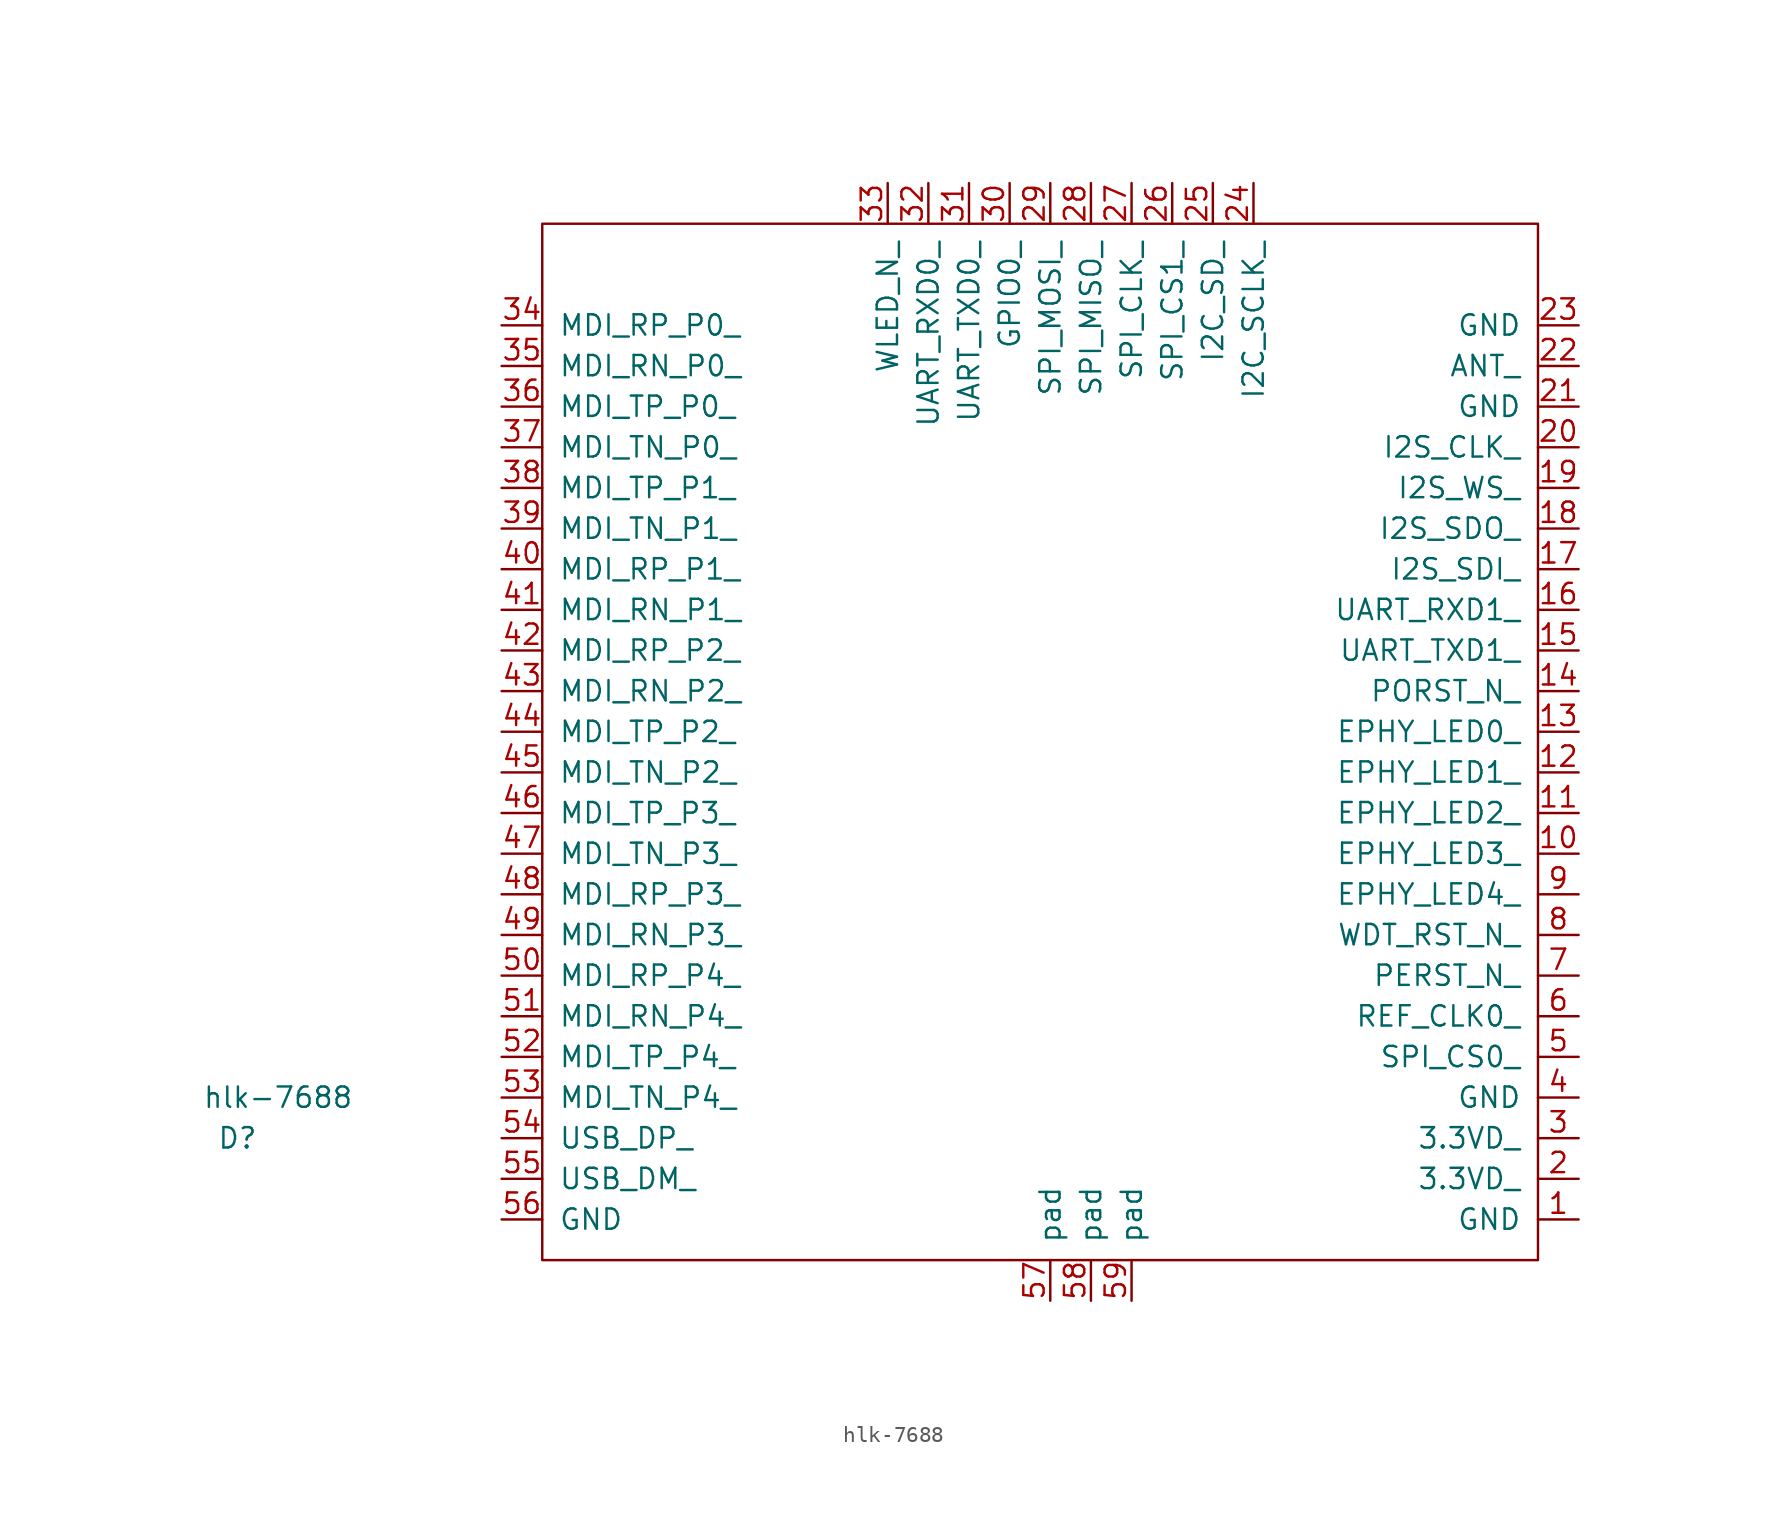
<source format=kicad_sym>
(kicad_symbol_lib
  (version 20211014)
  (generator kicad_symbol_editor)
  (symbol "hlk-7688"
    (pin_names
      (offset 1.016))
    (property "Reference" "D"
      (at -19.05 7.62 0)
      (effects (font (size 1.27 1.27))))
    (property "Value" "hlk-7688"
      (at -16.51 10.16 0)
      (effects (font (size 1.27 1.27))))
    (symbol "hlk-7688_0_1"
      (rectangle (start 0 0) (end 62.23 64.77) (stroke (width 0) (type default) (color 0 0 0 0)) (fill (type none))))
    (symbol "hlk-7688_1_1"
      (pin input line (at 64.77 2.54 180) (length 2.54) (name "GND" (effects (font (size 1.27 1.27)))) (number "1" (effects (font (size 1.27 1.27)))))
      (pin input line (at 64.77 25.4 180) (length 2.54) (name "EPHY_LED3_" (effects (font (size 1.27 1.27)))) (number "10" (effects (font (size 1.27 1.27)))))
      (pin input line (at 64.77 27.94 180) (length 2.54) (name "EPHY_LED2_" (effects (font (size 1.27 1.27)))) (number "11" (effects (font (size 1.27 1.27)))))
      (pin input line (at 64.77 30.48 180) (length 2.54) (name "EPHY_LED1_" (effects (font (size 1.27 1.27)))) (number "12" (effects (font (size 1.27 1.27)))))
      (pin input line (at 64.77 33.02 180) (length 2.54) (name "EPHY_LED0_" (effects (font (size 1.27 1.27)))) (number "13" (effects (font (size 1.27 1.27)))))
      (pin input line (at 64.77 35.56 180) (length 2.54) (name "PORST_N_" (effects (font (size 1.27 1.27)))) (number "14" (effects (font (size 1.27 1.27)))))
      (pin input line (at 64.77 38.1 180) (length 2.54) (name "UART_TXD1_" (effects (font (size 1.27 1.27)))) (number "15" (effects (font (size 1.27 1.27)))))
      (pin input line (at 64.77 40.64 180) (length 2.54) (name "UART_RXD1_" (effects (font (size 1.27 1.27)))) (number "16" (effects (font (size 1.27 1.27)))))
      (pin input line (at 64.77 43.18 180) (length 2.54) (name "I2S_SDI_" (effects (font (size 1.27 1.27)))) (number "17" (effects (font (size 1.27 1.27)))))
      (pin input line (at 64.77 45.72 180) (length 2.54) (name "I2S_SDO_" (effects (font (size 1.27 1.27)))) (number "18" (effects (font (size 1.27 1.27)))))
      (pin input line (at 64.77 48.26 180) (length 2.54) (name "I2S_WS_" (effects (font (size 1.27 1.27)))) (number "19" (effects (font (size 1.27 1.27)))))
      (pin input line (at 64.77 5.08 180) (length 2.54) (name "3.3VD_" (effects (font (size 1.27 1.27)))) (number "2" (effects (font (size 1.27 1.27)))))
      (pin input line (at 64.77 50.8 180) (length 2.54) (name "I2S_CLK_" (effects (font (size 1.27 1.27)))) (number "20" (effects (font (size 1.27 1.27)))))
      (pin input line (at 64.77 53.34 180) (length 2.54) (name "GND" (effects (font (size 1.27 1.27)))) (number "21" (effects (font (size 1.27 1.27)))))
      (pin input line (at 64.77 55.88 180) (length 2.54) (name "ANT_" (effects (font (size 1.27 1.27)))) (number "22" (effects (font (size 1.27 1.27)))))
      (pin input line (at 64.77 58.42 180) (length 2.54) (name "GND" (effects (font (size 1.27 1.27)))) (number "23" (effects (font (size 1.27 1.27)))))
      (pin input line (at 44.45 67.31 270) (length 2.54) (name "I2C_SCLK_" (effects (font (size 1.27 1.27)))) (number "24" (effects (font (size 1.27 1.27)))))
      (pin input line (at 41.91 67.31 270) (length 2.54) (name "I2C_SD_" (effects (font (size 1.27 1.27)))) (number "25" (effects (font (size 1.27 1.27)))))
      (pin input line (at 39.37 67.31 270) (length 2.54) (name "SPI_CS1_" (effects (font (size 1.27 1.27)))) (number "26" (effects (font (size 1.27 1.27)))))
      (pin input line (at 36.83 67.31 270) (length 2.54) (name "SPI_CLK_" (effects (font (size 1.27 1.27)))) (number "27" (effects (font (size 1.27 1.27)))))
      (pin input line (at 34.29 67.31 270) (length 2.54) (name "SPI_MISO_" (effects (font (size 1.27 1.27)))) (number "28" (effects (font (size 1.27 1.27)))))
      (pin input line (at 31.75 67.31 270) (length 2.54) (name "SPI_MOSI_" (effects (font (size 1.27 1.27)))) (number "29" (effects (font (size 1.27 1.27)))))
      (pin input line (at 64.77 7.62 180) (length 2.54) (name "3.3VD_" (effects (font (size 1.27 1.27)))) (number "3" (effects (font (size 1.27 1.27)))))
      (pin input line (at 29.21 67.31 270) (length 2.54) (name "GPIO0_" (effects (font (size 1.27 1.27)))) (number "30" (effects (font (size 1.27 1.27)))))
      (pin input line (at 26.67 67.31 270) (length 2.54) (name "UART_TXD0_" (effects (font (size 1.27 1.27)))) (number "31" (effects (font (size 1.27 1.27)))))
      (pin input line (at 24.13 67.31 270) (length 2.54) (name "UART_RXD0_" (effects (font (size 1.27 1.27)))) (number "32" (effects (font (size 1.27 1.27)))))
      (pin input line (at 21.59 67.31 270) (length 2.54) (name "WLED_N_" (effects (font (size 1.27 1.27)))) (number "33" (effects (font (size 1.27 1.27)))))
      (pin input line (at -2.54 58.42 0) (length 2.54) (name "MDI_RP_P0_" (effects (font (size 1.27 1.27)))) (number "34" (effects (font (size 1.27 1.27)))))
      (pin input line (at -2.54 55.88 0) (length 2.54) (name "MDI_RN_P0_" (effects (font (size 1.27 1.27)))) (number "35" (effects (font (size 1.27 1.27)))))
      (pin input line (at -2.54 53.34 0) (length 2.54) (name "MDI_TP_P0_" (effects (font (size 1.27 1.27)))) (number "36" (effects (font (size 1.27 1.27)))))
      (pin input line (at -2.54 50.8 0) (length 2.54) (name "MDI_TN_P0_" (effects (font (size 1.27 1.27)))) (number "37" (effects (font (size 1.27 1.27)))))
      (pin input line (at -2.54 48.26 0) (length 2.54) (name "MDI_TP_P1_" (effects (font (size 1.27 1.27)))) (number "38" (effects (font (size 1.27 1.27)))))
      (pin input line (at -2.54 45.72 0) (length 2.54) (name "MDI_TN_P1_" (effects (font (size 1.27 1.27)))) (number "39" (effects (font (size 1.27 1.27)))))
      (pin input line (at 64.77 10.16 180) (length 2.54) (name "GND" (effects (font (size 1.27 1.27)))) (number "4" (effects (font (size 1.27 1.27)))))
      (pin input line (at -2.54 43.18 0) (length 2.54) (name "MDI_RP_P1_" (effects (font (size 1.27 1.27)))) (number "40" (effects (font (size 1.27 1.27)))))
      (pin input line (at -2.54 40.64 0) (length 2.54) (name "MDI_RN_P1_" (effects (font (size 1.27 1.27)))) (number "41" (effects (font (size 1.27 1.27)))))
      (pin input line (at -2.54 38.1 0) (length 2.54) (name "MDI_RP_P2_" (effects (font (size 1.27 1.27)))) (number "42" (effects (font (size 1.27 1.27)))))
      (pin input line (at -2.54 35.56 0) (length 2.54) (name "MDI_RN_P2_" (effects (font (size 1.27 1.27)))) (number "43" (effects (font (size 1.27 1.27)))))
      (pin input line (at -2.54 33.02 0) (length 2.54) (name "MDI_TP_P2_" (effects (font (size 1.27 1.27)))) (number "44" (effects (font (size 1.27 1.27)))))
      (pin input line (at -2.54 30.48 0) (length 2.54) (name "MDI_TN_P2_" (effects (font (size 1.27 1.27)))) (number "45" (effects (font (size 1.27 1.27)))))
      (pin input line (at -2.54 27.94 0) (length 2.54) (name "MDI_TP_P3_" (effects (font (size 1.27 1.27)))) (number "46" (effects (font (size 1.27 1.27)))))
      (pin input line (at -2.54 25.4 0) (length 2.54) (name "MDI_TN_P3_" (effects (font (size 1.27 1.27)))) (number "47" (effects (font (size 1.27 1.27)))))
      (pin input line (at -2.54 22.86 0) (length 2.54) (name "MDI_RP_P3_" (effects (font (size 1.27 1.27)))) (number "48" (effects (font (size 1.27 1.27)))))
      (pin input line (at -2.54 20.32 0) (length 2.54) (name "MDI_RN_P3_" (effects (font (size 1.27 1.27)))) (number "49" (effects (font (size 1.27 1.27)))))
      (pin input line (at 64.77 12.7 180) (length 2.54) (name "SPI_CS0_" (effects (font (size 1.27 1.27)))) (number "5" (effects (font (size 1.27 1.27)))))
      (pin input line (at -2.54 17.78 0) (length 2.54) (name "MDI_RP_P4_" (effects (font (size 1.27 1.27)))) (number "50" (effects (font (size 1.27 1.27)))))
      (pin input line (at -2.54 15.24 0) (length 2.54) (name "MDI_RN_P4_" (effects (font (size 1.27 1.27)))) (number "51" (effects (font (size 1.27 1.27)))))
      (pin input line (at -2.54 12.7 0) (length 2.54) (name "MDI_TP_P4_" (effects (font (size 1.27 1.27)))) (number "52" (effects (font (size 1.27 1.27)))))
      (pin input line (at -2.54 10.16 0) (length 2.54) (name "MDI_TN_P4_" (effects (font (size 1.27 1.27)))) (number "53" (effects (font (size 1.27 1.27)))))
      (pin input line (at -2.54 7.62 0) (length 2.54) (name "USB_DP_" (effects (font (size 1.27 1.27)))) (number "54" (effects (font (size 1.27 1.27)))))
      (pin input line (at -2.54 5.08 0) (length 2.54) (name "USB_DM_" (effects (font (size 1.27 1.27)))) (number "55" (effects (font (size 1.27 1.27)))))
      (pin input line (at -2.54 2.54 0) (length 2.54) (name "GND" (effects (font (size 1.27 1.27)))) (number "56" (effects (font (size 1.27 1.27)))))
      (pin input line (at 31.75 -2.54 90) (length 2.54) (name "pad" (effects (font (size 1.27 1.27)))) (number "57" (effects (font (size 1.27 1.27)))))
      (pin input line (at 34.29 -2.54 90) (length 2.54) (name "pad" (effects (font (size 1.27 1.27)))) (number "58" (effects (font (size 1.27 1.27)))))
      (pin input line (at 36.83 -2.54 90) (length 2.54) (name "pad" (effects (font (size 1.27 1.27)))) (number "59" (effects (font (size 1.27 1.27)))))
      (pin input line (at 64.77 15.24 180) (length 2.54) (name "REF_CLK0_" (effects (font (size 1.27 1.27)))) (number "6" (effects (font (size 1.27 1.27)))))
      (pin input line (at 64.77 17.78 180) (length 2.54) (name "PERST_N_" (effects (font (size 1.27 1.27)))) (number "7" (effects (font (size 1.27 1.27)))))
      (pin input line (at 64.77 20.32 180) (length 2.54) (name "WDT_RST_N_" (effects (font (size 1.27 1.27)))) (number "8" (effects (font (size 1.27 1.27)))))
      (pin input line (at 64.77 22.86 180) (length 2.54) (name "EPHY_LED4_" (effects (font (size 1.27 1.27)))) (number "9" (effects (font (size 1.27 1.27))))))))
</source>
